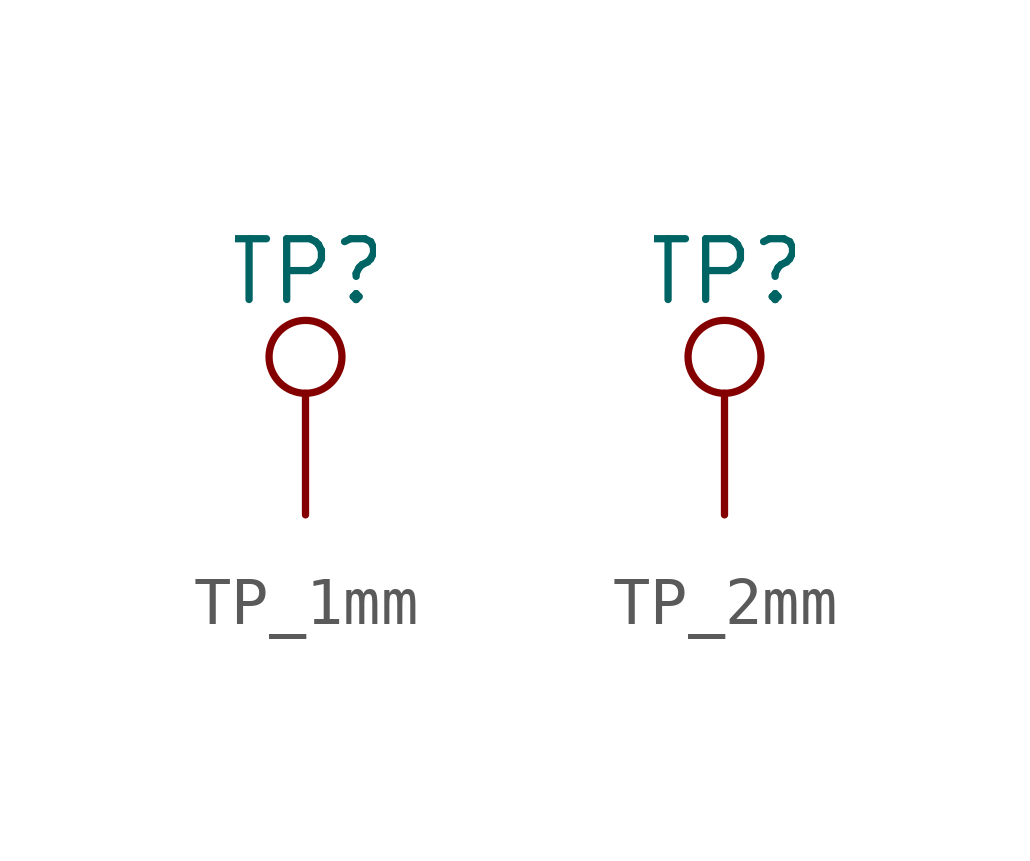
<source format=kicad_sym>
(kicad_symbol_lib
  (version 20220914)
  (generator kicad_symbol_editor)
  (symbol "TP_1mm"
    (pin_numbers hide)
    (pin_names
      (offset 0.762) hide)
    (property "Reference" "TP"
      (at 0 5.08 0)
      (effects (font (size 1.27 1.27))))
    (symbol "TP_1mm_0_1"
      (circle (center 0 3.302) (radius 0.762) (stroke (width 0) (type default)) (fill (type none))))
    (symbol "TP_1mm_1_1"
      (pin passive line (at 0 0 90) (length 2.54) (name "1" (effects (font (size 1.27 1.27)))) (number "1" (effects (font (size 1.27 1.27)))))))
  (symbol "TP_2mm"
    (pin_numbers hide)
    (pin_names
      (offset 0.762) hide)
    (property "Reference" "TP"
      (at 0 5.08 0)
      (effects (font (size 1.27 1.27))))
    (symbol "TP_2mm_0_1"
      (circle (center 0 3.302) (radius 0.762) (stroke (width 0) (type default)) (fill (type none))))
    (symbol "TP_2mm_1_1"
      (pin passive line (at 0 0 90) (length 2.54) (name "1" (effects (font (size 1.27 1.27)))) (number "1" (effects (font (size 1.27 1.27))))))))
</source>
